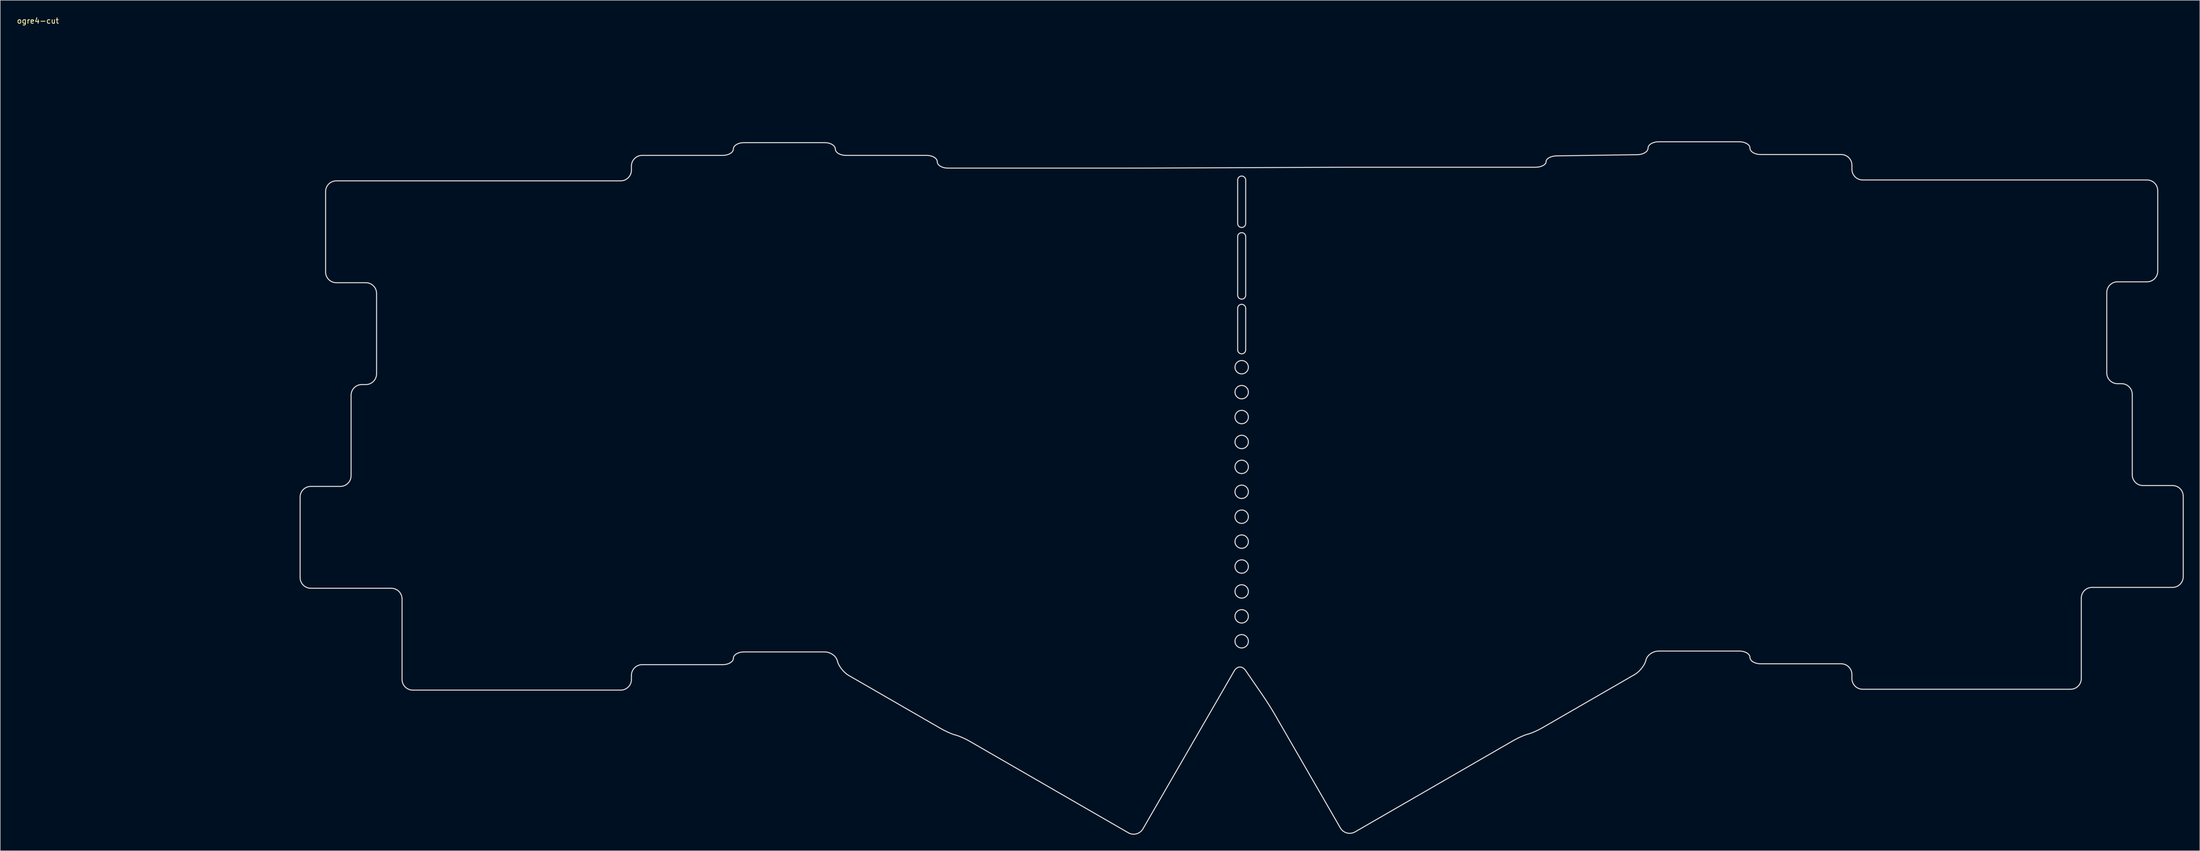
<source format=kicad_pcb>
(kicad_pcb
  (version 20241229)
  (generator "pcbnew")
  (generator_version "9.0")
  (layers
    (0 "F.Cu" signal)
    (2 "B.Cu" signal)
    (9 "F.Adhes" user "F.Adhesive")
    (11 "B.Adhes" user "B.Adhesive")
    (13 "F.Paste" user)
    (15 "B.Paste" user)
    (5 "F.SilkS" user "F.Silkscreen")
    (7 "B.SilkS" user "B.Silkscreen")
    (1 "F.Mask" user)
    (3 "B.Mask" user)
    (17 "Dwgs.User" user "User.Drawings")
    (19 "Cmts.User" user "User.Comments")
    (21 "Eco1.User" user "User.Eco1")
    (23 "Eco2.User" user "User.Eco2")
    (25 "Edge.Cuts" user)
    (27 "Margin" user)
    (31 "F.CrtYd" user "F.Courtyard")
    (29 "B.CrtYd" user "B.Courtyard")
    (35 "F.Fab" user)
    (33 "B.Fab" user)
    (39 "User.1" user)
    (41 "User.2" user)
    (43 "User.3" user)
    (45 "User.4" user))
  (footprint "ogre4-cut"
    (layer "F.Cu")
    (at 4.03 0.348)
    (property "Reference" "ogre4-cut" (at 0 0.5 0) (layer "F.SilkS") (effects (font (size 1 1) (thickness 0.15))))
    (attr through_hole)
    (fp_line (start 224.208 30.282) (end 224.208 30.282) (stroke (width 0.2) (type solid)) (layer "Edge.Cuts"))
    (fp_line (start 224.208 40.866) (end 224.208 40.866) (stroke (width 0.2) (type solid)) (layer "Edge.Cuts"))
    (fp_line (start 224.208 54.271) (end 224.208 54.271) (stroke (width 0.2) (type solid)) (layer "Edge.Cuts"))
    (fp_curve (pts (xy 49.004 89.576) (xy 49.004 89.576) (xy 49.004 104.628) (xy 49.004 104.628)) (stroke (width 0.2) (type solid)) (layer "Edge.Cuts"))
    (fp_curve (pts (xy 49.004 104.628) (xy 49.004 105.728) (xy 49.904 106.628) (xy 51.004 106.628)) (stroke (width 0.2) (type solid)) (layer "Edge.Cuts"))
    (fp_curve (pts (xy 51.004 87.576) (xy 49.904 87.576) (xy 49.004 88.476) (xy 49.004 89.576)) (stroke (width 0.2) (type solid)) (layer "Edge.Cuts"))
    (fp_curve (pts (xy 51.004 106.628) (xy 51.004 106.628) (xy 66.054 106.628) (xy 66.054 106.628)) (stroke (width 0.2) (type solid)) (layer "Edge.Cuts"))
    (fp_curve (pts (xy 53.767 32.426) (xy 53.767 32.426) (xy 53.767 47.478) (xy 53.767 47.478)) (stroke (width 0.2) (type solid)) (layer "Edge.Cuts"))
    (fp_curve (pts (xy 53.767 47.478) (xy 53.767 48.578) (xy 54.667 49.478) (xy 55.767 49.478)) (stroke (width 0.2) (type solid)) (layer "Edge.Cuts"))
    (fp_curve (pts (xy 55.767 30.426) (xy 54.667 30.426) (xy 53.767 31.326) (xy 53.767 32.426)) (stroke (width 0.2) (type solid)) (layer "Edge.Cuts"))
    (fp_curve (pts (xy 55.767 49.478) (xy 55.767 49.478) (xy 61.292 49.478) (xy 61.292 49.478)) (stroke (width 0.2) (type solid)) (layer "Edge.Cuts"))
    (fp_curve (pts (xy 56.529 87.576) (xy 56.529 87.576) (xy 51.004 87.576) (xy 51.004 87.576)) (stroke (width 0.2) (type solid)) (layer "Edge.Cuts"))
    (fp_curve (pts (xy 58.529 70.526) (xy 58.529 70.526) (xy 58.529 85.576) (xy 58.529 85.576)) (stroke (width 0.2) (type solid)) (layer "Edge.Cuts"))
    (fp_curve (pts (xy 58.529 85.576) (xy 58.529 86.676) (xy 57.629 87.576) (xy 56.529 87.576)) (stroke (width 0.2) (type solid)) (layer "Edge.Cuts"))
    (fp_curve (pts (xy 60.529 68.526) (xy 59.429 68.526) (xy 58.529 69.426) (xy 58.529 70.526)) (stroke (width 0.2) (type solid)) (layer "Edge.Cuts"))
    (fp_curve (pts (xy 61.292 49.478) (xy 62.392 49.478) (xy 63.292 50.378) (xy 63.292 51.478)) (stroke (width 0.2) (type solid)) (layer "Edge.Cuts"))
    (fp_curve (pts (xy 61.292 68.526) (xy 61.292 68.526) (xy 60.529 68.526) (xy 60.529 68.526)) (stroke (width 0.2) (type solid)) (layer "Edge.Cuts"))
    (fp_curve (pts (xy 63.292 51.478) (xy 63.292 51.478) (xy 63.292 66.526) (xy 63.292 66.526)) (stroke (width 0.2) (type solid)) (layer "Edge.Cuts"))
    (fp_curve (pts (xy 63.292 66.526) (xy 63.292 67.626) (xy 62.392 68.526) (xy 61.292 68.526)) (stroke (width 0.2) (type solid)) (layer "Edge.Cuts"))
    (fp_curve (pts (xy 66.054 106.628) (xy 67.154 106.628) (xy 68.054 107.528) (xy 68.054 108.628)) (stroke (width 0.2) (type solid)) (layer "Edge.Cuts"))
    (fp_curve (pts (xy 68.054 108.628) (xy 68.054 108.628) (xy 68.054 123.678) (xy 68.054 123.678)) (stroke (width 0.2) (type solid)) (layer "Edge.Cuts"))
    (fp_curve (pts (xy 68.054 123.678) (xy 68.054 124.778) (xy 68.954 125.678) (xy 70.054 125.678)) (stroke (width 0.2) (type solid)) (layer "Edge.Cuts"))
    (fp_curve (pts (xy 70.054 125.678) (xy 70.054 125.678) (xy 108.919 125.678) (xy 108.919 125.678)) (stroke (width 0.2) (type solid)) (layer "Edge.Cuts"))
    (fp_curve (pts (xy 108.917 30.426) (xy 108.917 30.426) (xy 55.767 30.426) (xy 55.767 30.426)) (stroke (width 0.2) (type solid)) (layer "Edge.Cuts"))
    (fp_curve (pts (xy 108.919 125.678) (xy 110.019 125.678) (xy 110.919 124.778) (xy 110.919 123.678)) (stroke (width 0.2) (type solid)) (layer "Edge.Cuts"))
    (fp_curve (pts (xy 110.917 27.664) (xy 110.917 27.664) (xy 110.917 28.426) (xy 110.917 28.426)) (stroke (width 0.2) (type solid)) (layer "Edge.Cuts"))
    (fp_curve (pts (xy 110.917 28.426) (xy 110.917 29.526) (xy 110.017 30.426) (xy 108.917 30.426)) (stroke (width 0.2) (type solid)) (layer "Edge.Cuts"))
    (fp_curve (pts (xy 110.919 122.916) (xy 110.919 121.816) (xy 111.819 120.916) (xy 112.919 120.916)) (stroke (width 0.2) (type solid)) (layer "Edge.Cuts"))
    (fp_curve (pts (xy 110.919 123.678) (xy 110.919 123.678) (xy 110.919 122.916) (xy 110.919 122.916)) (stroke (width 0.2) (type solid)) (layer "Edge.Cuts"))
    (fp_curve (pts (xy 112.917 25.664) (xy 111.817 25.664) (xy 110.917 26.564) (xy 110.917 27.664)) (stroke (width 0.2) (type solid)) (layer "Edge.Cuts"))
    (fp_curve (pts (xy 112.919 120.916) (xy 112.919 120.916) (xy 127.969 120.916) (xy 127.969 120.916)) (stroke (width 0.2) (type solid)) (layer "Edge.Cuts"))
    (fp_curve (pts (xy 127.967 25.664) (xy 127.967 25.664) (xy 112.917 25.664) (xy 112.917 25.664)) (stroke (width 0.2) (type solid)) (layer "Edge.Cuts"))
    (fp_curve (pts (xy 127.969 120.916) (xy 129.069 120.916) (xy 129.969 120.38) (xy 129.969 119.725)) (stroke (width 0.2) (type solid)) (layer "Edge.Cuts"))
    (fp_curve (pts (xy 129.967 24.473) (xy 129.967 25.128) (xy 129.067 25.664) (xy 127.967 25.664)) (stroke (width 0.2) (type solid)) (layer "Edge.Cuts"))
    (fp_curve (pts (xy 129.969 119.725) (xy 129.969 119.07) (xy 130.869 118.534) (xy 131.969 118.534)) (stroke (width 0.2) (type solid)) (layer "Edge.Cuts"))
    (fp_curve (pts (xy 131.967 23.282) (xy 130.867 23.282) (xy 129.967 23.818) (xy 129.967 24.473)) (stroke (width 0.2) (type solid)) (layer "Edge.Cuts"))
    (fp_curve (pts (xy 131.969 118.534) (xy 131.969 118.534) (xy 147.019 118.534) (xy 147.019 118.534)) (stroke (width 0.2) (type solid)) (layer "Edge.Cuts"))
    (fp_curve (pts (xy 147.019 23.282) (xy 147.019 23.282) (xy 131.967 23.282) (xy 131.967 23.282)) (stroke (width 0.2) (type solid)) (layer "Edge.Cuts"))
    (fp_curve (pts (xy 147.019 118.534) (xy 148.119 118.534) (xy 149.195 119.299) (xy 149.411 120.235)) (stroke (width 0.2) (type solid)) (layer "Edge.Cuts"))
    (fp_curve (pts (xy 149.019 24.473) (xy 149.019 23.818) (xy 148.119 23.282) (xy 147.019 23.282)) (stroke (width 0.2) (type solid)) (layer "Edge.Cuts"))
    (fp_curve (pts (xy 149.411 120.235) (xy 149.626 121.17) (xy 150.582 122.385) (xy 151.534 122.935)) (stroke (width 0.2) (type solid)) (layer "Edge.Cuts"))
    (fp_curve (pts (xy 151.019 25.664) (xy 149.919 25.664) (xy 149.019 25.128) (xy 149.019 24.473)) (stroke (width 0.2) (type solid)) (layer "Edge.Cuts"))
    (fp_curve (pts (xy 151.534 122.935) (xy 151.534 122.935) (xy 168.694 132.842) (xy 168.694 132.842)) (stroke (width 0.2) (type solid)) (layer "Edge.Cuts"))
    (fp_curve (pts (xy 166.069 25.664) (xy 166.069 25.664) (xy 151.019 25.664) (xy 151.019 25.664)) (stroke (width 0.2) (type solid)) (layer "Edge.Cuts"))
    (fp_curve (pts (xy 168.069 26.855) (xy 168.069 26.2) (xy 167.169 25.664) (xy 166.069 25.664)) (stroke (width 0.2) (type solid)) (layer "Edge.Cuts"))
    (fp_curve (pts (xy 168.694 132.842) (xy 169.647 133.392) (xy 170.895 133.947) (xy 171.468 134.075)) (stroke (width 0.2) (type solid)) (layer "Edge.Cuts"))
    (fp_curve (pts (xy 170.069 28.045) (xy 168.969 28.045) (xy 168.069 27.509) (xy 168.069 26.855)) (stroke (width 0.2) (type solid)) (layer "Edge.Cuts"))
    (fp_curve (pts (xy 171.468 134.075) (xy 172.041 134.203) (xy 173.29 134.758) (xy 174.242 135.308)) (stroke (width 0.2) (type solid)) (layer "Edge.Cuts"))
    (fp_curve (pts (xy 174.242 135.308) (xy 174.242 135.308) (xy 203.775 152.359) (xy 203.775 152.359)) (stroke (width 0.2) (type solid)) (layer "Edge.Cuts"))
    (fp_curve (pts (xy 203.775 152.359) (xy 204.728 152.909) (xy 205.957 152.58) (xy 206.507 151.627)) (stroke (width 0.2) (type solid)) (layer "Edge.Cuts"))
    (fp_curve (pts (xy 204.169 28.045) (xy 204.169 28.045) (xy 170.069 28.045) (xy 170.069 28.045)) (stroke (width 0.2) (type solid)) (layer "Edge.Cuts"))
    (fp_curve (pts (xy 206.507 151.627) (xy 206.507 151.627) (xy 223.558 122.094) (xy 223.558 122.094)) (stroke (width 0.2) (type solid)) (layer "Edge.Cuts"))
    (fp_curve (pts (xy 208.169 28.037) (xy 207.069 28.041) (xy 205.269 28.045) (xy 204.169 28.045)) (stroke (width 0.2) (type solid)) (layer "Edge.Cuts"))
    (fp_curve (pts (xy 222.958 27.972) (xy 222.958 27.972) (xy 208.169 28.037) (xy 208.169 28.037)) (stroke (width 0.2) (type solid)) (layer "Edge.Cuts"))
    (fp_curve (pts (xy 223.558 122.094) (xy 224.108 121.142) (xy 225.068 121.104) (xy 225.692 122.01)) (stroke (width 0.2) (type solid)) (layer "Edge.Cuts"))
    (fp_curve (pts (xy 223.708 65.284) (xy 223.708 64.594) (xy 224.267 64.034) (xy 224.958 64.034)) (stroke (width 0.2) (type solid)) (layer "Edge.Cuts"))
    (fp_curve (pts (xy 223.708 69.944) (xy 223.708 69.253) (xy 224.267 68.694) (xy 224.958 68.694)) (stroke (width 0.2) (type solid)) (layer "Edge.Cuts"))
    (fp_curve (pts (xy 223.708 74.604) (xy 223.708 73.913) (xy 224.267 73.354) (xy 224.958 73.354)) (stroke (width 0.2) (type solid)) (layer "Edge.Cuts"))
    (fp_curve (pts (xy 223.708 79.263) (xy 223.708 78.573) (xy 224.267 78.013) (xy 224.958 78.013)) (stroke (width 0.2) (type solid)) (layer "Edge.Cuts"))
    (fp_curve (pts (xy 223.708 83.923) (xy 223.708 83.233) (xy 224.267 82.673) (xy 224.958 82.673)) (stroke (width 0.2) (type solid)) (layer "Edge.Cuts"))
    (fp_curve (pts (xy 223.708 88.583) (xy 223.708 87.892) (xy 224.267 87.333) (xy 224.958 87.333)) (stroke (width 0.2) (type solid)) (layer "Edge.Cuts"))
    (fp_curve (pts (xy 223.708 93.242) (xy 223.708 92.552) (xy 224.267 91.992) (xy 224.958 91.992)) (stroke (width 0.2) (type solid)) (layer "Edge.Cuts"))
    (fp_curve (pts (xy 223.708 97.902) (xy 223.708 97.212) (xy 224.267 96.652) (xy 224.958 96.652)) (stroke (width 0.2) (type solid)) (layer "Edge.Cuts"))
    (fp_curve (pts (xy 223.708 102.562) (xy 223.708 101.872) (xy 224.267 101.312) (xy 224.958 101.312)) (stroke (width 0.2) (type solid)) (layer "Edge.Cuts"))
    (fp_curve (pts (xy 223.708 107.222) (xy 223.708 106.531) (xy 224.267 105.972) (xy 224.958 105.972)) (stroke (width 0.2) (type solid)) (layer "Edge.Cuts"))
    (fp_curve (pts (xy 223.708 111.881) (xy 223.708 111.191) (xy 224.267 110.631) (xy 224.958 110.631)) (stroke (width 0.2) (type solid)) (layer "Edge.Cuts"))
    (fp_curve (pts (xy 223.708 116.541) (xy 223.708 115.851) (xy 224.267 115.291) (xy 224.958 115.291)) (stroke (width 0.2) (type solid)) (layer "Edge.Cuts"))
    (fp_curve (pts (xy 224.208 30.282) (xy 224.208 29.868) (xy 224.543 29.532) (xy 224.958 29.532)) (stroke (width 0.2) (type solid)) (layer "Edge.Cuts"))
    (fp_curve (pts (xy 224.208 38.396) (xy 224.208 38.396) (xy 224.208 30.282) (xy 224.208 30.282)) (stroke (width 0.2) (type solid)) (layer "Edge.Cuts"))
    (fp_curve (pts (xy 224.208 40.866) (xy 224.208 40.452) (xy 224.543 40.116) (xy 224.958 40.116)) (stroke (width 0.2) (type solid)) (layer "Edge.Cuts"))
    (fp_curve (pts (xy 224.208 51.802) (xy 224.208 51.802) (xy 224.208 40.866) (xy 224.208 40.866)) (stroke (width 0.2) (type solid)) (layer "Edge.Cuts"))
    (fp_curve (pts (xy 224.208 54.271) (xy 224.208 53.857) (xy 224.543 53.521) (xy 224.958 53.521)) (stroke (width 0.2) (type solid)) (layer "Edge.Cuts"))
    (fp_curve (pts (xy 224.208 62.032) (xy 224.208 62.032) (xy 224.208 54.271) (xy 224.208 54.271)) (stroke (width 0.2) (type solid)) (layer "Edge.Cuts"))
    (fp_curve (pts (xy 224.958 29.532) (xy 225.372 29.532) (xy 225.708 29.868) (xy 225.708 30.282)) (stroke (width 0.2) (type solid)) (layer "Edge.Cuts"))
    (fp_curve (pts (xy 224.958 39.146) (xy 224.543 39.146) (xy 224.208 38.811) (xy 224.208 38.396)) (stroke (width 0.2) (type solid)) (layer "Edge.Cuts"))
    (fp_curve (pts (xy 224.958 40.116) (xy 225.372 40.116) (xy 225.708 40.452) (xy 225.708 40.866)) (stroke (width 0.2) (type solid)) (layer "Edge.Cuts"))
    (fp_curve (pts (xy 224.958 52.552) (xy 224.543 52.552) (xy 224.208 52.216) (xy 224.208 51.802)) (stroke (width 0.2) (type solid)) (layer "Edge.Cuts"))
    (fp_curve (pts (xy 224.958 53.521) (xy 225.372 53.521) (xy 225.708 53.857) (xy 225.708 54.271)) (stroke (width 0.2) (type solid)) (layer "Edge.Cuts"))
    (fp_curve (pts (xy 224.958 62.782) (xy 224.543 62.782) (xy 224.208 62.447) (xy 224.208 62.032)) (stroke (width 0.2) (type solid)) (layer "Edge.Cuts"))
    (fp_curve (pts (xy 224.958 64.034) (xy 225.648 64.034) (xy 226.208 64.594) (xy 226.208 65.284)) (stroke (width 0.2) (type solid)) (layer "Edge.Cuts"))
    (fp_curve (pts (xy 224.958 66.534) (xy 224.267 66.534) (xy 223.708 65.974) (xy 223.708 65.284)) (stroke (width 0.2) (type solid)) (layer "Edge.Cuts"))
    (fp_curve (pts (xy 224.958 68.694) (xy 225.648 68.694) (xy 226.208 69.253) (xy 226.208 69.944)) (stroke (width 0.2) (type solid)) (layer "Edge.Cuts"))
    (fp_curve (pts (xy 224.958 71.194) (xy 224.267 71.194) (xy 223.708 70.634) (xy 223.708 69.944)) (stroke (width 0.2) (type solid)) (layer "Edge.Cuts"))
    (fp_curve (pts (xy 224.958 73.354) (xy 225.648 73.354) (xy 226.208 73.913) (xy 226.208 74.604)) (stroke (width 0.2) (type solid)) (layer "Edge.Cuts"))
    (fp_curve (pts (xy 224.958 75.854) (xy 224.267 75.854) (xy 223.708 75.294) (xy 223.708 74.604)) (stroke (width 0.2) (type solid)) (layer "Edge.Cuts"))
    (fp_curve (pts (xy 224.958 78.013) (xy 225.648 78.013) (xy 226.208 78.573) (xy 226.208 79.263)) (stroke (width 0.2) (type solid)) (layer "Edge.Cuts"))
    (fp_curve (pts (xy 224.958 80.513) (xy 224.267 80.513) (xy 223.708 79.954) (xy 223.708 79.263)) (stroke (width 0.2) (type solid)) (layer "Edge.Cuts"))
    (fp_curve (pts (xy 224.958 82.673) (xy 225.648 82.673) (xy 226.208 83.233) (xy 226.208 83.923)) (stroke (width 0.2) (type solid)) (layer "Edge.Cuts"))
    (fp_curve (pts (xy 224.958 85.173) (xy 224.267 85.173) (xy 223.708 84.613) (xy 223.708 83.923)) (stroke (width 0.2) (type solid)) (layer "Edge.Cuts"))
    (fp_curve (pts (xy 224.958 87.333) (xy 225.648 87.333) (xy 226.208 87.892) (xy 226.208 88.583)) (stroke (width 0.2) (type solid)) (layer "Edge.Cuts"))
    (fp_curve (pts (xy 224.958 89.833) (xy 224.267 89.833) (xy 223.708 89.273) (xy 223.708 88.583)) (stroke (width 0.2) (type solid)) (layer "Edge.Cuts"))
    (fp_curve (pts (xy 224.958 91.992) (xy 225.648 91.992) (xy 226.208 92.552) (xy 226.208 93.242)) (stroke (width 0.2) (type solid)) (layer "Edge.Cuts"))
    (fp_curve (pts (xy 224.958 94.492) (xy 224.267 94.492) (xy 223.708 93.933) (xy 223.708 93.242)) (stroke (width 0.2) (type solid)) (layer "Edge.Cuts"))
    (fp_curve (pts (xy 224.958 96.652) (xy 225.648 96.652) (xy 226.208 97.212) (xy 226.208 97.902)) (stroke (width 0.2) (type solid)) (layer "Edge.Cuts"))
    (fp_curve (pts (xy 224.958 99.152) (xy 224.267 99.152) (xy 223.708 98.593) (xy 223.708 97.902)) (stroke (width 0.2) (type solid)) (layer "Edge.Cuts"))
    (fp_curve (pts (xy 224.958 101.312) (xy 225.648 101.312) (xy 226.208 101.872) (xy 226.208 102.562)) (stroke (width 0.2) (type solid)) (layer "Edge.Cuts"))
    (fp_curve (pts (xy 224.958 103.812) (xy 224.267 103.812) (xy 223.708 103.252) (xy 223.708 102.562)) (stroke (width 0.2) (type solid)) (layer "Edge.Cuts"))
    (fp_curve (pts (xy 224.958 105.972) (xy 225.648 105.972) (xy 226.208 106.531) (xy 226.208 107.222)) (stroke (width 0.2) (type solid)) (layer "Edge.Cuts"))
    (fp_curve (pts (xy 224.958 108.472) (xy 224.267 108.472) (xy 223.708 107.912) (xy 223.708 107.222)) (stroke (width 0.2) (type solid)) (layer "Edge.Cuts"))
    (fp_curve (pts (xy 224.958 110.631) (xy 225.648 110.631) (xy 226.208 111.191) (xy 226.208 111.881)) (stroke (width 0.2) (type solid)) (layer "Edge.Cuts"))
    (fp_curve (pts (xy 224.958 113.131) (xy 224.267 113.131) (xy 223.708 112.572) (xy 223.708 111.881)) (stroke (width 0.2) (type solid)) (layer "Edge.Cuts"))
    (fp_curve (pts (xy 224.958 115.291) (xy 225.648 115.291) (xy 226.208 115.851) (xy 226.208 116.541)) (stroke (width 0.2) (type solid)) (layer "Edge.Cuts"))
    (fp_curve (pts (xy 224.958 117.791) (xy 224.267 117.791) (xy 223.708 117.231) (xy 223.708 116.541)) (stroke (width 0.2) (type solid)) (layer "Edge.Cuts"))
    (fp_curve (pts (xy 225.692 122.01) (xy 225.692 122.01) (xy 228.987 126.801) (xy 228.987 126.801)) (stroke (width 0.2) (type solid)) (layer "Edge.Cuts"))
    (fp_curve (pts (xy 225.708 30.282) (xy 225.708 30.282) (xy 225.708 38.396) (xy 225.708 38.396)) (stroke (width 0.2) (type solid)) (layer "Edge.Cuts"))
    (fp_curve (pts (xy 225.708 38.396) (xy 225.708 38.811) (xy 225.372 39.146) (xy 224.958 39.146)) (stroke (width 0.2) (type solid)) (layer "Edge.Cuts"))
    (fp_curve (pts (xy 225.708 40.866) (xy 225.708 40.866) (xy 225.708 51.802) (xy 225.708 51.802)) (stroke (width 0.2) (type solid)) (layer "Edge.Cuts"))
    (fp_curve (pts (xy 225.708 51.802) (xy 225.708 52.216) (xy 225.372 52.552) (xy 224.958 52.552)) (stroke (width 0.2) (type solid)) (layer "Edge.Cuts"))
    (fp_curve (pts (xy 225.708 54.271) (xy 225.708 54.271) (xy 225.708 62.032) (xy 225.708 62.032)) (stroke (width 0.2) (type solid)) (layer "Edge.Cuts"))
    (fp_curve (pts (xy 225.708 62.032) (xy 225.708 62.447) (xy 225.372 62.782) (xy 224.958 62.782)) (stroke (width 0.2) (type solid)) (layer "Edge.Cuts"))
    (fp_curve (pts (xy 226.208 65.284) (xy 226.208 65.974) (xy 225.648 66.534) (xy 224.958 66.534)) (stroke (width 0.2) (type solid)) (layer "Edge.Cuts"))
    (fp_curve (pts (xy 226.208 69.944) (xy 226.208 70.634) (xy 225.648 71.194) (xy 224.958 71.194)) (stroke (width 0.2) (type solid)) (layer "Edge.Cuts"))
    (fp_curve (pts (xy 226.208 74.604) (xy 226.208 75.294) (xy 225.648 75.854) (xy 224.958 75.854)) (stroke (width 0.2) (type solid)) (layer "Edge.Cuts"))
    (fp_curve (pts (xy 226.208 79.263) (xy 226.208 79.954) (xy 225.648 80.513) (xy 224.958 80.513)) (stroke (width 0.2) (type solid)) (layer "Edge.Cuts"))
    (fp_curve (pts (xy 226.208 83.923) (xy 226.208 84.613) (xy 225.648 85.173) (xy 224.958 85.173)) (stroke (width 0.2) (type solid)) (layer "Edge.Cuts"))
    (fp_curve (pts (xy 226.208 88.583) (xy 226.208 89.273) (xy 225.648 89.833) (xy 224.958 89.833)) (stroke (width 0.2) (type solid)) (layer "Edge.Cuts"))
    (fp_curve (pts (xy 226.208 93.242) (xy 226.208 93.933) (xy 225.648 94.492) (xy 224.958 94.492)) (stroke (width 0.2) (type solid)) (layer "Edge.Cuts"))
    (fp_curve (pts (xy 226.208 97.902) (xy 226.208 98.593) (xy 225.648 99.152) (xy 224.958 99.152)) (stroke (width 0.2) (type solid)) (layer "Edge.Cuts"))
    (fp_curve (pts (xy 226.208 102.562) (xy 226.208 103.252) (xy 225.648 103.812) (xy 224.958 103.812)) (stroke (width 0.2) (type solid)) (layer "Edge.Cuts"))
    (fp_curve (pts (xy 226.208 107.222) (xy 226.208 107.912) (xy 225.648 108.472) (xy 224.958 108.472)) (stroke (width 0.2) (type solid)) (layer "Edge.Cuts"))
    (fp_curve (pts (xy 226.208 111.881) (xy 226.208 112.572) (xy 225.648 113.131) (xy 224.958 113.131)) (stroke (width 0.2) (type solid)) (layer "Edge.Cuts"))
    (fp_curve (pts (xy 226.208 116.541) (xy 226.208 117.231) (xy 225.648 117.791) (xy 224.958 117.791)) (stroke (width 0.2) (type solid)) (layer "Edge.Cuts"))
    (fp_curve (pts (xy 226.958 27.955) (xy 225.858 27.96) (xy 224.058 27.968) (xy 222.958 27.972)) (stroke (width 0.2) (type solid)) (layer "Edge.Cuts"))
    (fp_curve (pts (xy 228.987 126.801) (xy 229.61 127.707) (xy 230.57 129.228) (xy 231.12 130.18)) (stroke (width 0.2) (type solid)) (layer "Edge.Cuts"))
    (fp_curve (pts (xy 231.12 130.18) (xy 231.12 130.18) (xy 243.408 151.464) (xy 243.408 151.464)) (stroke (width 0.2) (type solid)) (layer "Edge.Cuts"))
    (fp_curve (pts (xy 241.746 27.891) (xy 241.746 27.891) (xy 226.958 27.955) (xy 226.958 27.955)) (stroke (width 0.2) (type solid)) (layer "Edge.Cuts"))
    (fp_curve (pts (xy 243.408 151.464) (xy 243.958 152.417) (xy 245.187 152.746) (xy 246.14 152.196)) (stroke (width 0.2) (type solid)) (layer "Edge.Cuts"))
    (fp_curve (pts (xy 245.746 27.882) (xy 244.646 27.882) (xy 242.846 27.886) (xy 241.746 27.891)) (stroke (width 0.2) (type solid)) (layer "Edge.Cuts"))
    (fp_curve (pts (xy 246.14 152.196) (xy 246.14 152.196) (xy 275.673 135.145) (xy 275.673 135.145)) (stroke (width 0.2) (type solid)) (layer "Edge.Cuts"))
    (fp_curve (pts (xy 275.673 135.145) (xy 276.625 134.595) (xy 277.874 134.041) (xy 278.447 133.912)) (stroke (width 0.2) (type solid)) (layer "Edge.Cuts"))
    (fp_curve (pts (xy 278.447 133.912) (xy 279.02 133.784) (xy 280.268 133.229) (xy 281.221 132.679)) (stroke (width 0.2) (type solid)) (layer "Edge.Cuts"))
    (fp_curve (pts (xy 279.846 27.882) (xy 279.846 27.882) (xy 245.746 27.882) (xy 245.746 27.882)) (stroke (width 0.2) (type solid)) (layer "Edge.Cuts"))
    (fp_curve (pts (xy 281.221 132.679) (xy 281.221 132.679) (xy 298.381 122.772) (xy 298.381 122.772)) (stroke (width 0.2) (type solid)) (layer "Edge.Cuts"))
    (fp_curve (pts (xy 281.846 26.833) (xy 281.846 27.41) (xy 280.946 27.882) (xy 279.846 27.882)) (stroke (width 0.2) (type solid)) (layer "Edge.Cuts"))
    (fp_curve (pts (xy 283.846 25.754) (xy 282.746 25.77) (xy 281.846 26.256) (xy 281.846 26.833)) (stroke (width 0.2) (type solid)) (layer "Edge.Cuts"))
    (fp_curve (pts (xy 298.381 122.772) (xy 299.333 122.222) (xy 300.289 121.007) (xy 300.504 120.072)) (stroke (width 0.2) (type solid)) (layer "Edge.Cuts"))
    (fp_curve (pts (xy 298.896 25.531) (xy 298.896 25.531) (xy 283.846 25.754) (xy 283.846 25.754)) (stroke (width 0.2) (type solid)) (layer "Edge.Cuts"))
    (fp_curve (pts (xy 300.504 120.072) (xy 300.72 119.137) (xy 301.796 118.371) (xy 302.896 118.371)) (stroke (width 0.2) (type solid)) (layer "Edge.Cuts"))
    (fp_curve (pts (xy 300.896 24.31) (xy 300.896 24.965) (xy 299.996 25.515) (xy 298.896 25.531)) (stroke (width 0.2) (type solid)) (layer "Edge.Cuts"))
    (fp_curve (pts (xy 302.896 23.119) (xy 301.796 23.119) (xy 300.896 23.655) (xy 300.896 24.31)) (stroke (width 0.2) (type solid)) (layer "Edge.Cuts"))
    (fp_curve (pts (xy 302.896 118.371) (xy 302.896 118.371) (xy 317.946 118.371) (xy 317.946 118.371)) (stroke (width 0.2) (type solid)) (layer "Edge.Cuts"))
    (fp_curve (pts (xy 317.946 118.371) (xy 319.046 118.371) (xy 319.946 118.907) (xy 319.946 119.562)) (stroke (width 0.2) (type solid)) (layer "Edge.Cuts"))
    (fp_curve (pts (xy 317.948 23.119) (xy 317.948 23.119) (xy 302.896 23.119) (xy 302.896 23.119)) (stroke (width 0.2) (type solid)) (layer "Edge.Cuts"))
    (fp_curve (pts (xy 319.946 119.562) (xy 319.946 120.217) (xy 320.846 120.753) (xy 321.946 120.753)) (stroke (width 0.2) (type solid)) (layer "Edge.Cuts"))
    (fp_curve (pts (xy 319.948 24.31) (xy 319.948 23.655) (xy 319.048 23.119) (xy 317.948 23.119)) (stroke (width 0.2) (type solid)) (layer "Edge.Cuts"))
    (fp_curve (pts (xy 321.946 120.753) (xy 321.946 120.753) (xy 336.996 120.753) (xy 336.996 120.753)) (stroke (width 0.2) (type solid)) (layer "Edge.Cuts"))
    (fp_curve (pts (xy 321.948 25.501) (xy 320.848 25.501) (xy 319.948 24.965) (xy 319.948 24.31)) (stroke (width 0.2) (type solid)) (layer "Edge.Cuts"))
    (fp_curve (pts (xy 336.996 120.753) (xy 338.096 120.753) (xy 338.996 121.653) (xy 338.996 122.753)) (stroke (width 0.2) (type solid)) (layer "Edge.Cuts"))
    (fp_curve (pts (xy 336.998 25.501) (xy 336.998 25.501) (xy 321.948 25.501) (xy 321.948 25.501)) (stroke (width 0.2) (type solid)) (layer "Edge.Cuts"))
    (fp_curve (pts (xy 338.996 122.753) (xy 338.996 122.753) (xy 338.996 123.515) (xy 338.996 123.515)) (stroke (width 0.2) (type solid)) (layer "Edge.Cuts"))
    (fp_curve (pts (xy 338.996 123.515) (xy 338.996 124.615) (xy 339.896 125.515) (xy 340.996 125.515)) (stroke (width 0.2) (type solid)) (layer "Edge.Cuts"))
    (fp_curve (pts (xy 338.998 27.501) (xy 338.998 26.401) (xy 338.098 25.501) (xy 336.998 25.501)) (stroke (width 0.2) (type solid)) (layer "Edge.Cuts"))
    (fp_curve (pts (xy 338.998 28.263) (xy 338.998 28.263) (xy 338.998 27.501) (xy 338.998 27.501)) (stroke (width 0.2) (type solid)) (layer "Edge.Cuts"))
    (fp_curve (pts (xy 340.996 125.515) (xy 340.996 125.515) (xy 379.861 125.515) (xy 379.861 125.515)) (stroke (width 0.2) (type solid)) (layer "Edge.Cuts"))
    (fp_curve (pts (xy 340.998 30.263) (xy 339.898 30.263) (xy 338.998 29.363) (xy 338.998 28.263)) (stroke (width 0.2) (type solid)) (layer "Edge.Cuts"))
    (fp_curve (pts (xy 379.861 125.515) (xy 380.961 125.515) (xy 381.861 124.615) (xy 381.861 123.515)) (stroke (width 0.2) (type solid)) (layer "Edge.Cuts"))
    (fp_curve (pts (xy 381.861 108.465) (xy 381.861 107.365) (xy 382.761 106.465) (xy 383.861 106.465)) (stroke (width 0.2) (type solid)) (layer "Edge.Cuts"))
    (fp_curve (pts (xy 381.861 123.515) (xy 381.861 123.515) (xy 381.861 108.465) (xy 381.861 108.465)) (stroke (width 0.2) (type solid)) (layer "Edge.Cuts"))
    (fp_curve (pts (xy 383.861 106.465) (xy 383.861 106.465) (xy 398.911 106.465) (xy 398.911 106.465)) (stroke (width 0.2) (type solid)) (layer "Edge.Cuts"))
    (fp_curve (pts (xy 386.623 51.315) (xy 386.623 50.215) (xy 387.523 49.315) (xy 388.623 49.315)) (stroke (width 0.2) (type solid)) (layer "Edge.Cuts"))
    (fp_curve (pts (xy 386.623 66.363) (xy 386.623 66.363) (xy 386.623 51.315) (xy 386.623 51.315)) (stroke (width 0.2) (type solid)) (layer "Edge.Cuts"))
    (fp_curve (pts (xy 388.623 49.315) (xy 388.623 49.315) (xy 394.148 49.315) (xy 394.148 49.315)) (stroke (width 0.2) (type solid)) (layer "Edge.Cuts"))
    (fp_curve (pts (xy 388.623 68.363) (xy 387.523 68.363) (xy 386.623 67.463) (xy 386.623 66.363)) (stroke (width 0.2) (type solid)) (layer "Edge.Cuts"))
    (fp_curve (pts (xy 389.386 68.363) (xy 389.386 68.363) (xy 388.623 68.363) (xy 388.623 68.363)) (stroke (width 0.2) (type solid)) (layer "Edge.Cuts"))
    (fp_curve (pts (xy 391.386 70.363) (xy 391.386 69.263) (xy 390.486 68.363) (xy 389.386 68.363)) (stroke (width 0.2) (type solid)) (layer "Edge.Cuts"))
    (fp_curve (pts (xy 391.386 85.413) (xy 391.386 85.413) (xy 391.386 70.363) (xy 391.386 70.363)) (stroke (width 0.2) (type solid)) (layer "Edge.Cuts"))
    (fp_curve (pts (xy 393.386 87.413) (xy 392.286 87.413) (xy 391.386 86.513) (xy 391.386 85.413)) (stroke (width 0.2) (type solid)) (layer "Edge.Cuts"))
    (fp_curve (pts (xy 394.148 30.263) (xy 394.148 30.263) (xy 340.998 30.263) (xy 340.998 30.263)) (stroke (width 0.2) (type solid)) (layer "Edge.Cuts"))
    (fp_curve (pts (xy 394.148 49.315) (xy 395.248 49.315) (xy 396.148 48.415) (xy 396.148 47.315)) (stroke (width 0.2) (type solid)) (layer "Edge.Cuts"))
    (fp_curve (pts (xy 396.148 32.263) (xy 396.148 31.163) (xy 395.248 30.263) (xy 394.148 30.263)) (stroke (width 0.2) (type solid)) (layer "Edge.Cuts"))
    (fp_curve (pts (xy 396.148 47.315) (xy 396.148 47.315) (xy 396.148 32.263) (xy 396.148 32.263)) (stroke (width 0.2) (type solid)) (layer "Edge.Cuts"))
    (fp_curve (pts (xy 398.911 87.413) (xy 398.911 87.413) (xy 393.386 87.413) (xy 393.386 87.413)) (stroke (width 0.2) (type solid)) (layer "Edge.Cuts"))
    (fp_curve (pts (xy 398.911 106.465) (xy 400.011 106.465) (xy 400.911 105.565) (xy 400.911 104.465)) (stroke (width 0.2) (type solid)) (layer "Edge.Cuts"))
    (fp_curve (pts (xy 400.911 89.413) (xy 400.911 88.313) (xy 400.011 87.413) (xy 398.911 87.413)) (stroke (width 0.2) (type solid)) (layer "Edge.Cuts"))
    (fp_curve (pts (xy 400.911 104.465) (xy 400.911 104.465) (xy 400.911 89.413) (xy 400.911 89.413)) (stroke (width 0.2) (type solid)) (layer "Edge.Cuts")))
  (gr_rect
    (start -3 -3)
    (end 408.041 156.072)
    (stroke (width 0.1) (type default))
    (fill no)
    (layer "Edge.Cuts")))
</source>
